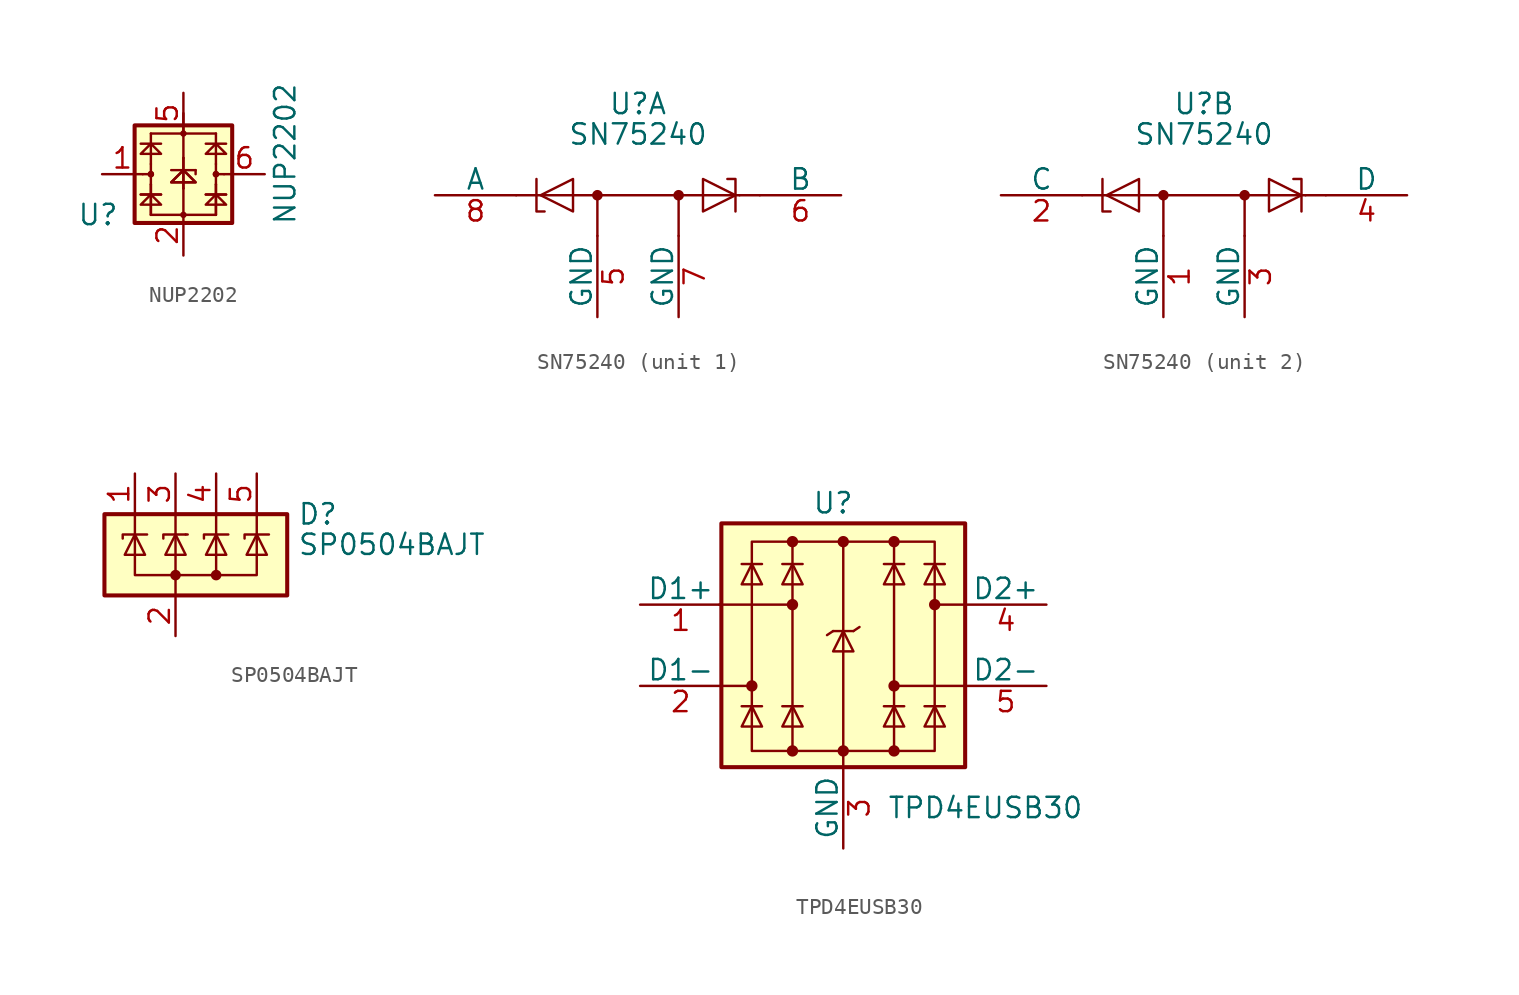
<source format=kicad_sym>
(kicad_symbol_lib
  (version 20200908)
  (generator kicad_symbol_editor)
  (symbol "Power_Protection:NUP2202"
    (property "Reference" "U"
      (at -5.334 -2.54 0)
      (effects (font (size 1.27 1.27))))
    (property "Value" "NUP2202"
      (at 6.35 1.27 90)
      (effects (font (size 1.27 1.27))))
    (symbol "NUP2202_0_1"
      (circle (center -2.032 0) (radius 0.127) (stroke (width 0)) (fill (type none)))
      (circle (center -2.032 0) (radius 0.127) (stroke (width 0)) (fill (type none)))
      (circle (center 0 -2.54) (radius 0.127) (stroke (width 0)) (fill (type none)))
      (circle (center 0 2.54) (radius 0.127) (stroke (width 0)) (fill (type none)))
      (circle (center 2.032 0) (radius 0.127) (stroke (width 0)) (fill (type none)))
      (circle (center 2.032 0) (radius 0.127) (stroke (width 0)) (fill (type none)))
      (rectangle (start -3.048 3.048) (end 3.048 -3.048) (stroke (width 0.254)) (fill (type background)))
      (polyline (pts (xy -2.667 -1.27) (xy -1.397 -1.27)) (stroke (width 0)) (fill (type none)))
      (polyline (pts (xy -2.667 -1.27) (xy -1.397 -1.27)) (stroke (width 0)) (fill (type none)))
      (polyline (pts (xy -2.667 1.905) (xy -1.397 1.905)) (stroke (width 0)) (fill (type none)))
      (polyline (pts (xy -2.54 0) (xy -2.032 0)) (stroke (width 0)) (fill (type none)))
      (polyline (pts (xy -2.032 -2.54) (xy -2.032 -0.635)) (stroke (width 0)) (fill (type none)))
      (polyline (pts (xy -2.032 -2.54) (xy -2.032 -0.635)) (stroke (width 0)) (fill (type none)))
      (polyline (pts (xy -2.032 0.635) (xy -2.032 -0.635)) (stroke (width 0)) (fill (type none)))
      (polyline (pts (xy -2.032 0.635) (xy -2.032 2.54)) (stroke (width 0)) (fill (type none)))
      (polyline (pts (xy -2.032 2.54) (xy 2.032 2.54)) (stroke (width 0)) (fill (type none)))
      (polyline (pts (xy -0.762 0.254) (xy 0.762 0.254)) (stroke (width 0)) (fill (type none)))
      (polyline (pts (xy 0 -0.889) (xy 0 -2.54)) (stroke (width 0)) (fill (type none)))
      (polyline (pts (xy 0 -0.889) (xy 0 1.016)) (stroke (width 0)) (fill (type none)))
      (polyline (pts (xy 0 -0.889) (xy 0 1.016)) (stroke (width 0)) (fill (type none)))
      (polyline (pts (xy 0 1.016) (xy 0 3.81)) (stroke (width 0)) (fill (type none)))
      (polyline (pts (xy 0.762 0) (xy 0.762 0.254)) (stroke (width 0)) (fill (type none)))
      (polyline (pts (xy 1.397 -1.27) (xy 2.667 -1.27)) (stroke (width 0)) (fill (type none)))
      (polyline (pts (xy 1.397 -1.27) (xy 2.667 -1.27)) (stroke (width 0)) (fill (type none)))
      (polyline (pts (xy 1.397 1.905) (xy 2.667 1.905)) (stroke (width 0)) (fill (type none)))
      (polyline (pts (xy 2.032 -2.54) (xy -2.032 -2.54)) (stroke (width 0)) (fill (type none)))
      (polyline (pts (xy 2.032 -2.54) (xy 2.032 -0.635)) (stroke (width 0)) (fill (type none)))
      (polyline (pts (xy 2.032 -2.54) (xy 2.032 -0.635)) (stroke (width 0)) (fill (type none)))
      (polyline (pts (xy 2.032 0) (xy 2.54 0)) (stroke (width 0)) (fill (type none)))
      (polyline (pts (xy 2.032 0.635) (xy 2.032 -0.635)) (stroke (width 0)) (fill (type none)))
      (polyline (pts (xy 2.032 0.635) (xy 2.032 2.54)) (stroke (width 0)) (fill (type none)))
      (polyline (pts (xy -2.667 -1.905) (xy -1.397 -1.905) (xy -2.032 -1.27) (xy -2.667 -1.905)) (stroke (width 0)) (fill (type none)))
      (polyline (pts (xy -2.667 1.27) (xy -1.397 1.27) (xy -2.032 1.905) (xy -2.667 1.27)) (stroke (width 0)) (fill (type none)))
      (polyline (pts (xy -0.762 -0.508) (xy 0.762 -0.508) (xy 0 0.254) (xy -0.762 -0.508)) (stroke (width 0)) (fill (type none)))
      (polyline (pts (xy -0.762 -0.508) (xy 0.762 -0.508) (xy 0 0.254) (xy -0.762 -0.508)) (stroke (width 0)) (fill (type none)))
      (polyline (pts (xy 1.397 -1.905) (xy 2.667 -1.905) (xy 2.032 -1.27) (xy 1.397 -1.905)) (stroke (width 0)) (fill (type none)))
      (polyline (pts (xy 1.397 1.27) (xy 2.667 1.27) (xy 2.032 1.905) (xy 1.397 1.27)) (stroke (width 0)) (fill (type none))))
    (symbol "NUP2202_1_1"
      (pin passive line (at -5.08 0 0) (length 2.54) (name "~" (effects (font (size 1.27 1.27)))) (number "1" (effects (font (size 1.27 1.27)))))
      (pin passive line (at 0 -5.08 90) (length 2.54) (name "~" (effects (font (size 1.27 1.27)))) (number "2" (effects (font (size 1.27 1.27)))))
      (pin unconnected line (at 0 -2.54 90) (length 2.54) hide (name "~" (effects (font (size 1.27 1.27)))) (number "3" (effects (font (size 1.27 1.27)))))
      (pin unconnected line (at 0 2.54 270) (length 2.54) hide (name "~" (effects (font (size 1.27 1.27)))) (number "4" (effects (font (size 1.27 1.27)))))
      (pin passive line (at 0 5.08 270) (length 2.54) (name "~" (effects (font (size 1.27 1.27)))) (number "5" (effects (font (size 1.27 1.27)))))
      (pin passive line (at 5.08 0 180) (length 2.54) (name "~" (effects (font (size 1.27 1.27)))) (number "6" (effects (font (size 1.27 1.27)))))))
  (symbol "Power_Protection:SN75240"
    (pin_names
      (offset 0))
    (property "Reference" "U"
      (at 0 5.715 0)
      (effects (font (size 1.27 1.27))))
    (property "Value" "SN75240"
      (at 0 3.81 0)
      (effects (font (size 1.27 1.27))))
    (property "ki_locked" ""
      (at 0 0 0)
      (effects (font (size 1.27 1.27))))
    (symbol "SN75240_0_1"
      (circle (center -2.54 0) (radius 0.254) (stroke (width 0)) (fill (type outline)))
      (circle (center 2.54 0) (radius 0.254) (stroke (width 0)) (fill (type outline))))
    (symbol "SN75240_0_0"
      (polyline (pts (xy -7.62 0) (xy -6.35 0)) (stroke (width 0)) (fill (type none)))
      (polyline (pts (xy -6.35 0) (xy 6.35 0)) (stroke (width 0)) (fill (type none)))
      (polyline (pts (xy -2.54 -2.54) (xy -2.54 0)) (stroke (width 0)) (fill (type none)))
      (polyline (pts (xy 2.54 -2.54) (xy 2.54 0)) (stroke (width 0)) (fill (type none)))
      (polyline (pts (xy 6.35 0) (xy 7.62 0)) (stroke (width 0)) (fill (type none)))
      (polyline (pts (xy 6.096 -1.016) (xy 6.096 1.016) (xy 5.588 1.016)) (stroke (width 0)) (fill (type none)))
      (polyline (pts (xy -6.096 0) (xy -4.064 1.016) (xy -4.064 -1.016) (xy -6.096 0)) (stroke (width 0)) (fill (type none)))
      (polyline (pts (xy -5.842 -1.016) (xy -6.35 -1.016) (xy -6.35 0.762) (xy -6.35 1.016)) (stroke (width 0)) (fill (type none)))
      (polyline (pts (xy 4.064 1.016) (xy 4.064 -1.016) (xy 6.096 0) (xy 4.064 1.016)) (stroke (width 0)) (fill (type none))))
    (symbol "SN75240_1_1"
      (pin passive line (at -2.54 -7.62 90) (length 5.08) (name "GND" (effects (font (size 1.27 1.27)))) (number "5" (effects (font (size 1.27 1.27)))))
      (pin passive line (at 12.7 0 180) (length 5.08) (name "B" (effects (font (size 1.27 1.27)))) (number "6" (effects (font (size 1.27 1.27)))))
      (pin passive line (at 2.54 -7.62 90) (length 5.08) (name "GND" (effects (font (size 1.27 1.27)))) (number "7" (effects (font (size 1.27 1.27)))))
      (pin passive line (at -12.7 0 0) (length 5.08) (name "A" (effects (font (size 1.27 1.27)))) (number "8" (effects (font (size 1.27 1.27))))))
    (symbol "SN75240_2_1"
      (pin power_in line (at -2.54 -7.62 90) (length 5.08) (name "GND" (effects (font (size 1.27 1.27)))) (number "1" (effects (font (size 1.27 1.27)))))
      (pin input line (at -12.7 0 0) (length 5.08) (name "C" (effects (font (size 1.27 1.27)))) (number "2" (effects (font (size 1.27 1.27)))))
      (pin power_in line (at 2.54 -7.62 90) (length 5.08) (name "GND" (effects (font (size 1.27 1.27)))) (number "3" (effects (font (size 1.27 1.27)))))
      (pin input line (at 12.7 0 180) (length 5.08) (name "D" (effects (font (size 1.27 1.27)))) (number "4" (effects (font (size 1.27 1.27)))))))
  (symbol "Power_Protection:SP0504BAJT"
    (pin_names hide)
    (property "Reference" "D"
      (at 7.62 2.54 0)
      (effects (font (size 1.27 1.27)) (justify left)))
    (property "Value" "SP0504BAJT"
      (at 7.62 0.635 0)
      (effects (font (size 1.27 1.27)) (justify left)))
    (symbol "SP0504BAJT_0_1"
      (circle (center 0 -1.27) (radius 0.254) (stroke (width 0)) (fill (type outline)))
      (circle (center 2.54 -1.27) (radius 0.254) (stroke (width 0)) (fill (type outline)))
      (rectangle (start -4.445 2.54) (end 6.985 -2.54) (stroke (width 0.254)) (fill (type background)))
      (polyline (pts (xy -2.54 2.54) (xy -2.54 1.27)) (stroke (width 0)) (fill (type none)))
      (polyline (pts (xy 0 -1.27) (xy 0 -2.54)) (stroke (width 0)) (fill (type none)))
      (polyline (pts (xy 0 -1.27) (xy 0 1.27)) (stroke (width 0)) (fill (type none)))
      (polyline (pts (xy 0 2.54) (xy 0 1.27)) (stroke (width 0)) (fill (type none)))
      (polyline (pts (xy 0.635 1.27) (xy 0.762 1.27)) (stroke (width 0)) (fill (type none)))
      (polyline (pts (xy 2.54 2.54) (xy 2.54 1.27)) (stroke (width 0)) (fill (type none)))
      (polyline (pts (xy 5.08 2.54) (xy 5.08 1.27)) (stroke (width 0)) (fill (type none)))
      (polyline (pts (xy 0.635 1.27) (xy -0.762 1.27) (xy -0.762 1.016)) (stroke (width 0)) (fill (type none)))
      (polyline (pts (xy 5.08 1.27) (xy 5.08 -1.27) (xy 2.54 -1.27)) (stroke (width 0)) (fill (type none)))
      (polyline (pts (xy -3.302 1.016) (xy -3.302 1.27) (xy -1.905 1.27) (xy -1.778 1.27)) (stroke (width 0)) (fill (type none)))
      (polyline (pts (xy -2.54 1.27) (xy -2.54 -1.27) (xy 2.54 -1.27) (xy 2.54 1.27)) (stroke (width 0)) (fill (type none)))
      (polyline (pts (xy -2.54 1.27) (xy -1.905 0) (xy -3.175 0) (xy -2.54 1.27)) (stroke (width 0)) (fill (type none)))
      (polyline (pts (xy 0.635 0) (xy -0.635 0) (xy 0 1.27) (xy 0.635 0)) (stroke (width 0)) (fill (type none)))
      (polyline (pts (xy 1.778 1.016) (xy 1.778 1.27) (xy 3.175 1.27) (xy 3.302 1.27)) (stroke (width 0)) (fill (type none)))
      (polyline (pts (xy 2.54 1.27) (xy 1.905 0) (xy 3.175 0) (xy 2.54 1.27)) (stroke (width 0)) (fill (type none)))
      (polyline (pts (xy 4.318 1.016) (xy 4.318 1.27) (xy 5.715 1.27) (xy 5.842 1.27)) (stroke (width 0)) (fill (type none)))
      (polyline (pts (xy 5.08 1.27) (xy 4.445 0) (xy 5.715 0) (xy 5.08 1.27)) (stroke (width 0)) (fill (type none))))
    (symbol "SP0504BAJT_0_0"
      (pin passive line (at 0 -5.08 90) (length 2.54) (name "A" (effects (font (size 1.27 1.27)))) (number "2" (effects (font (size 1.27 1.27))))))
    (symbol "SP0504BAJT_1_1"
      (pin passive line (at -2.54 5.08 270) (length 2.54) (name "K" (effects (font (size 1.27 1.27)))) (number "1" (effects (font (size 1.27 1.27)))))
      (pin passive line (at 0 5.08 270) (length 2.54) (name "K" (effects (font (size 1.27 1.27)))) (number "3" (effects (font (size 1.27 1.27)))))
      (pin passive line (at 2.54 5.08 270) (length 2.54) (name "K" (effects (font (size 1.27 1.27)))) (number "4" (effects (font (size 1.27 1.27)))))
      (pin passive line (at 5.08 5.08 270) (length 2.54) (name "K" (effects (font (size 1.27 1.27)))) (number "5" (effects (font (size 1.27 1.27)))))))
  (symbol "Power_Protection:TPD4EUSB30"
    (pin_names
      (offset 0))
    (property "Reference" "U"
      (at -0.635 8.89 0)
      (effects (font (size 1.27 1.27))))
    (property "Value" "TPD4EUSB30"
      (at 8.89 -10.16 0)
      (effects (font (size 1.27 1.27))))
    (symbol "TPD4EUSB30_0_1"
      (circle (center -5.715 -2.54) (radius 0.279) (stroke (width 0)) (fill (type outline)))
      (circle (center -3.175 -6.604) (radius 0.279) (stroke (width 0)) (fill (type outline)))
      (circle (center -3.175 2.54) (radius 0.279) (stroke (width 0)) (fill (type outline)))
      (circle (center -3.175 6.477) (radius 0.279) (stroke (width 0)) (fill (type outline)))
      (circle (center 0 -6.604) (radius 0.279) (stroke (width 0)) (fill (type outline)))
      (circle (center 0 6.477) (radius 0.279) (stroke (width 0)) (fill (type outline)))
      (circle (center 3.175 -6.604) (radius 0.279) (stroke (width 0)) (fill (type outline)))
      (circle (center 3.175 -2.54) (radius 0.279) (stroke (width 0)) (fill (type outline)))
      (circle (center 3.175 6.477) (radius 0.279) (stroke (width 0)) (fill (type outline)))
      (circle (center 5.715 2.54) (radius 0.279) (stroke (width 0)) (fill (type outline)))
      (rectangle (start -7.62 7.62) (end 7.62 -7.62) (stroke (width 0.254)) (fill (type background)))
      (polyline (pts (xy -7.747 2.54) (xy -3.175 2.54)) (stroke (width 0)) (fill (type none)))
      (polyline (pts (xy -7.62 -2.54) (xy -5.715 -2.54)) (stroke (width 0)) (fill (type none)))
      (polyline (pts (xy -5.08 -3.81) (xy -6.35 -3.81)) (stroke (width 0)) (fill (type none)))
      (polyline (pts (xy -5.08 5.08) (xy -6.35 5.08)) (stroke (width 0)) (fill (type none)))
      (polyline (pts (xy -2.54 -3.81) (xy -3.81 -3.81)) (stroke (width 0)) (fill (type none)))
      (polyline (pts (xy -2.54 5.08) (xy -3.81 5.08)) (stroke (width 0)) (fill (type none)))
      (polyline (pts (xy -0.635 0.889) (xy -1.016 0.635)) (stroke (width 0)) (fill (type none)))
      (polyline (pts (xy 0 -6.604) (xy 0 -7.62)) (stroke (width 0)) (fill (type none)))
      (polyline (pts (xy 0.635 0.889) (xy -0.635 0.889)) (stroke (width 0)) (fill (type none)))
      (polyline (pts (xy 0.635 0.889) (xy 1.016 1.143)) (stroke (width 0)) (fill (type none)))
      (polyline (pts (xy 3.81 -3.81) (xy 2.54 -3.81)) (stroke (width 0)) (fill (type none)))
      (polyline (pts (xy 3.81 5.08) (xy 2.54 5.08)) (stroke (width 0)) (fill (type none)))
      (polyline (pts (xy 6.35 -3.81) (xy 5.08 -3.81)) (stroke (width 0)) (fill (type none)))
      (polyline (pts (xy 6.35 5.08) (xy 5.08 5.08)) (stroke (width 0)) (fill (type none)))
      (polyline (pts (xy 7.62 -2.54) (xy 3.175 -2.54)) (stroke (width 0)) (fill (type none)))
      (polyline (pts (xy 7.62 2.54) (xy 5.715 2.54)) (stroke (width 0)) (fill (type none)))
      (polyline (pts (xy -5.08 -5.08) (xy -6.35 -5.08) (xy -5.715 -3.81) (xy -5.08 -5.08)) (stroke (width 0)) (fill (type none)))
      (polyline (pts (xy -5.08 3.81) (xy -6.35 3.81) (xy -5.715 5.08) (xy -5.08 3.81)) (stroke (width 0)) (fill (type none)))
      (polyline (pts (xy -2.54 -5.08) (xy -3.81 -5.08) (xy -3.175 -3.81) (xy -2.54 -5.08)) (stroke (width 0)) (fill (type none)))
      (polyline (pts (xy -2.54 3.81) (xy -3.81 3.81) (xy -3.175 5.08) (xy -2.54 3.81)) (stroke (width 0)) (fill (type none)))
      (polyline (pts (xy 0.635 -0.381) (xy -0.635 -0.381) (xy 0 0.889) (xy 0.635 -0.381)) (stroke (width 0)) (fill (type none)))
      (polyline (pts (xy 3.81 -5.08) (xy 2.54 -5.08) (xy 3.175 -3.81) (xy 3.81 -5.08)) (stroke (width 0)) (fill (type none)))
      (polyline (pts (xy 3.81 3.81) (xy 2.54 3.81) (xy 3.175 5.08) (xy 3.81 3.81)) (stroke (width 0)) (fill (type none)))
      (polyline (pts (xy 6.35 -5.08) (xy 5.08 -5.08) (xy 5.715 -3.81) (xy 6.35 -5.08)) (stroke (width 0)) (fill (type none)))
      (polyline (pts (xy 6.35 3.81) (xy 5.08 3.81) (xy 5.715 5.08) (xy 6.35 3.81)) (stroke (width 0)) (fill (type none))))
    (symbol "TPD4EUSB30_0_0"
      (rectangle (start -5.715 6.477) (end 5.715 -6.604) (stroke (width 0)) (fill (type none)))
      (polyline (pts (xy -3.175 -6.604) (xy -3.175 6.477)) (stroke (width 0)) (fill (type none)))
      (polyline (pts (xy 0 6.477) (xy 0 -6.604)) (stroke (width 0)) (fill (type none)))
      (polyline (pts (xy 3.175 6.477) (xy 3.175 -6.604)) (stroke (width 0)) (fill (type none))))
    (symbol "TPD4EUSB30_1_1"
      (pin passive line (at -12.7 2.54 0) (length 5.08) (name "D1+" (effects (font (size 1.27 1.27)))) (number "1" (effects (font (size 1.27 1.27)))))
      (pin unconnected line (at -5.08 7.62 0) (length 5.08) hide (name "NC" (effects (font (size 1.27 1.27)))) (number "10" (effects (font (size 1.27 1.27)))))
      (pin passive line (at -12.7 -2.54 0) (length 5.08) (name "D1-" (effects (font (size 1.27 1.27)))) (number "2" (effects (font (size 1.27 1.27)))))
      (pin power_in line (at 0 -12.7 90) (length 5.08) (name "GND" (effects (font (size 1.27 1.27)))) (number "3" (effects (font (size 1.27 1.27)))))
      (pin passive line (at 12.7 2.54 180) (length 5.08) (name "D2+" (effects (font (size 1.27 1.27)))) (number "4" (effects (font (size 1.27 1.27)))))
      (pin passive line (at 12.7 -2.54 180) (length 5.08) (name "D2-" (effects (font (size 1.27 1.27)))) (number "5" (effects (font (size 1.27 1.27)))))
      (pin unconnected line (at 5.08 -7.62 180) (length 5.08) hide (name "NC" (effects (font (size 1.27 1.27)))) (number "6" (effects (font (size 1.27 1.27)))))
      (pin unconnected line (at 5.08 7.62 180) (length 5.08) hide (name "NC" (effects (font (size 1.27 1.27)))) (number "7" (effects (font (size 1.27 1.27)))))
      (pin passive line (at 0 -12.7 90) (length 5.08) hide (name "GND" (effects (font (size 1.27 1.27)))) (number "8" (effects (font (size 1.27 1.27)))))
      (pin unconnected line (at -5.08 -7.62 0) (length 5.08) hide (name "NC" (effects (font (size 1.27 1.27)))) (number "9" (effects (font (size 1.27 1.27))))))))
</source>
